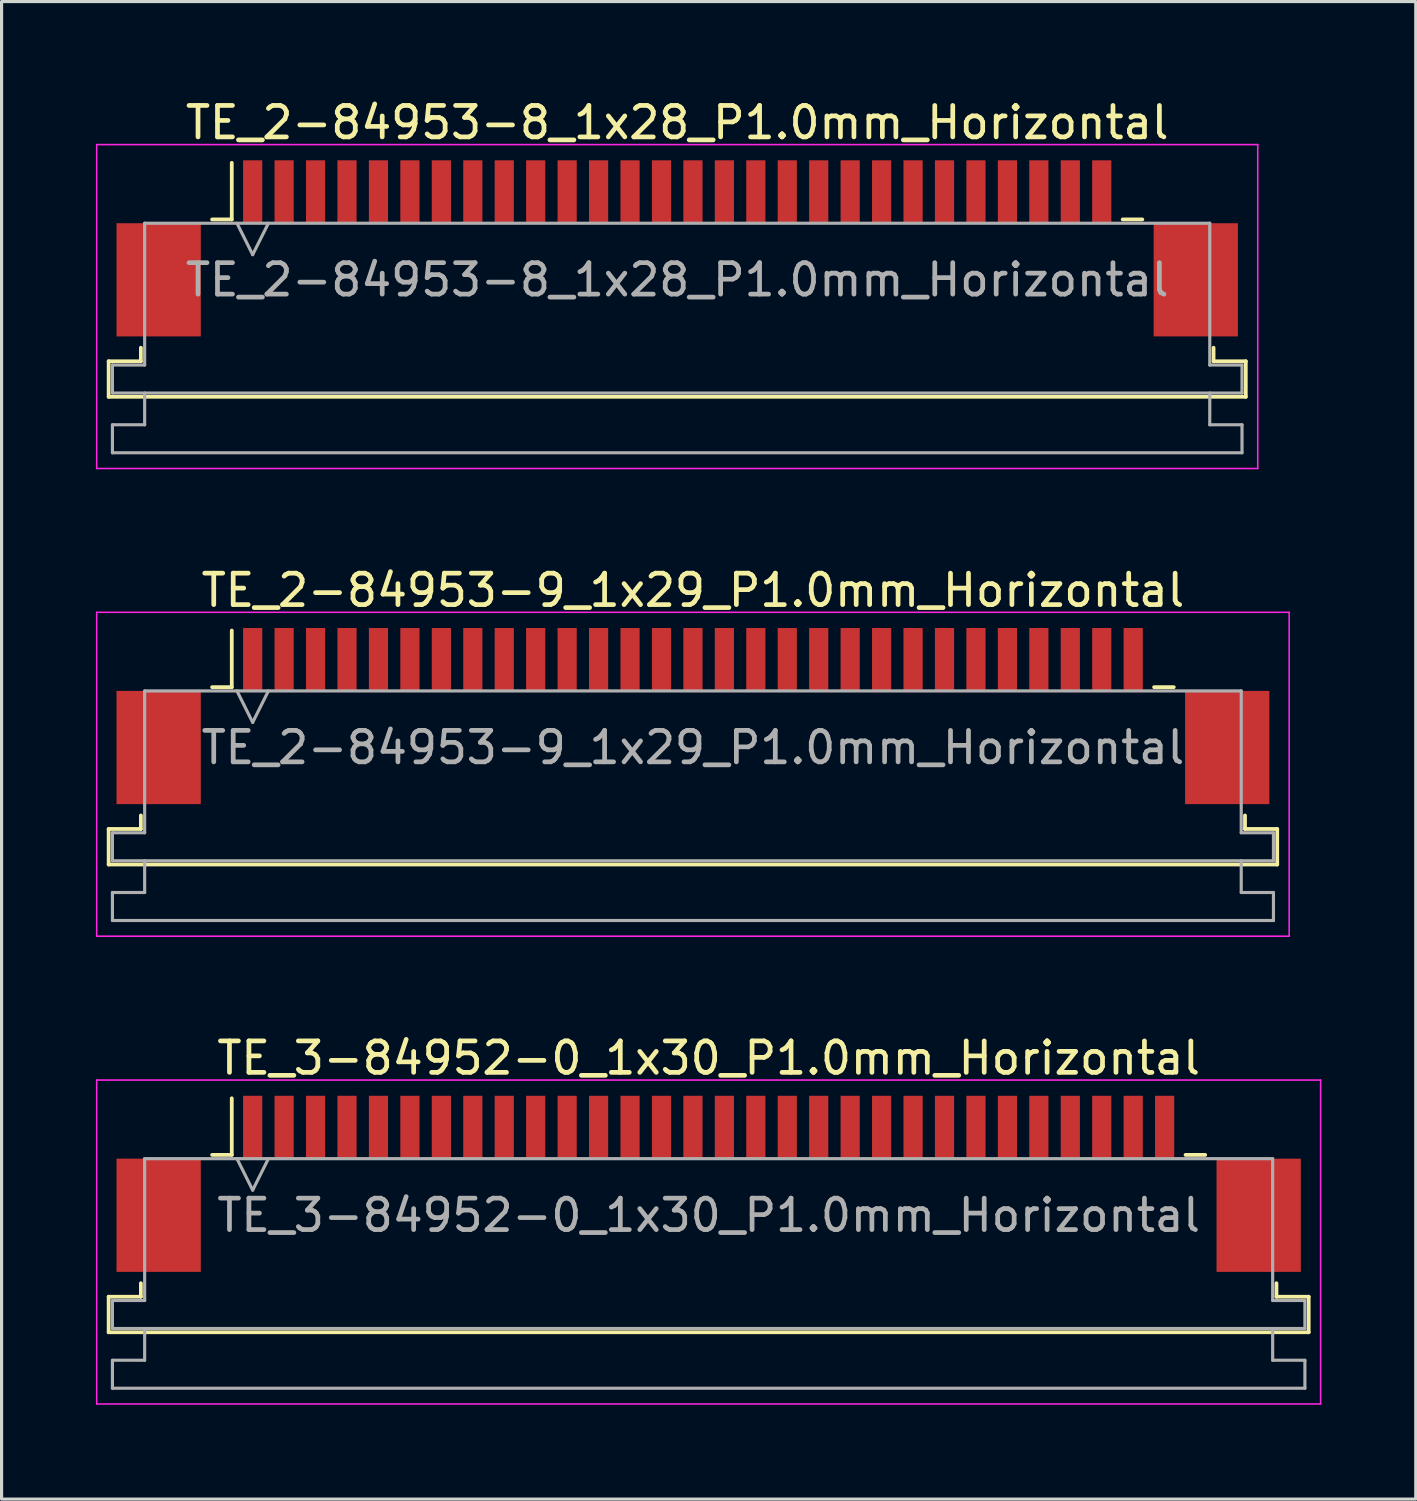
<source format=kicad_pcb>
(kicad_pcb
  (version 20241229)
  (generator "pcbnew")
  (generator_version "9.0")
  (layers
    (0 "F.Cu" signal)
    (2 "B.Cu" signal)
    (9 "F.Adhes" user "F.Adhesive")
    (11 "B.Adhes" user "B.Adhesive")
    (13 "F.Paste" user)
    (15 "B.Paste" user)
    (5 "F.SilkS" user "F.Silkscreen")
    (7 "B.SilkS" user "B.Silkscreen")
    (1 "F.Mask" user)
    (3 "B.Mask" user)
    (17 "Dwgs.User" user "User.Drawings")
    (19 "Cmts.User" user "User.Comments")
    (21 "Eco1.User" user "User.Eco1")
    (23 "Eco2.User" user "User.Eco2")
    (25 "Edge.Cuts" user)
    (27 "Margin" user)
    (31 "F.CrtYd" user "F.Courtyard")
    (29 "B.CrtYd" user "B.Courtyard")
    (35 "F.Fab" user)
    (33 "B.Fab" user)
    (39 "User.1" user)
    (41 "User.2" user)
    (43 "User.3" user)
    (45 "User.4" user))
  (footprint "TE_2-84953-8_1x28_P1.0mm_Horizontal"
    (layer "F.Cu")
    (at 18.485 4.848)
    (property "Reference" "TE_2-84953-8_1x28_P1.0mm_Horizontal" (at 0 -4 0) (layer "F.SilkS") (effects (font (size 1 1) (thickness 0.15))))
    (attr smd)
    (fp_line (start -18.08 3.59) (end -17.055 3.59) (stroke (width 0.12) (type solid)) (layer "F.SilkS"))
    (fp_line (start -18.08 4.72) (end -18.08 3.59) (stroke (width 0.12) (type solid)) (layer "F.SilkS"))
    (fp_line (start -17.055 3.59) (end -17.055 3.16) (stroke (width 0.12) (type solid)) (layer "F.SilkS"))
    (fp_line (start -14.79 -0.92) (end -14.165 -0.92) (stroke (width 0.12) (type solid)) (layer "F.SilkS"))
    (fp_line (start -14.165 -0.92) (end -14.165 -2.72) (stroke (width 0.12) (type solid)) (layer "F.SilkS"))
    (fp_line (start 14.165 -0.92) (end 14.79 -0.92) (stroke (width 0.12) (type solid)) (layer "F.SilkS"))
    (fp_line (start 17.055 3.16) (end 17.055 3.59) (stroke (width 0.12) (type solid)) (layer "F.SilkS"))
    (fp_line (start 17.055 3.59) (end 18.08 3.59) (stroke (width 0.12) (type solid)) (layer "F.SilkS"))
    (fp_line (start 18.08 3.59) (end 18.08 4.72) (stroke (width 0.12) (type solid)) (layer "F.SilkS"))
    (fp_line (start 18.08 4.72) (end -18.08 4.72) (stroke (width 0.12) (type solid)) (layer "F.SilkS"))
    (fp_line (start -18.46 -3.3) (end -18.46 7) (stroke (width 0.05) (type solid)) (layer "F.CrtYd"))
    (fp_line (start -18.46 7) (end 18.46 7) (stroke (width 0.05) (type solid)) (layer "F.CrtYd"))
    (fp_line (start 18.46 -3.3) (end -18.46 -3.3) (stroke (width 0.05) (type solid)) (layer "F.CrtYd"))
    (fp_line (start 18.46 7) (end 18.46 -3.3) (stroke (width 0.05) (type solid)) (layer "F.CrtYd"))
    (fp_line (start -17.96 3.71) (end -16.935 3.71) (stroke (width 0.1) (type solid)) (layer "F.Fab"))
    (fp_line (start -17.96 4.6) (end -17.96 3.71) (stroke (width 0.1) (type solid)) (layer "F.Fab"))
    (fp_line (start -17.96 5.61) (end -16.935 5.61) (stroke (width 0.1) (type solid)) (layer "F.Fab"))
    (fp_line (start -17.96 6.5) (end -17.96 5.61) (stroke (width 0.1) (type solid)) (layer "F.Fab"))
    (fp_line (start -16.935 -0.8) (end 16.935 -0.8) (stroke (width 0.1) (type solid)) (layer "F.Fab"))
    (fp_line (start -16.935 3.71) (end -16.935 -0.8) (stroke (width 0.1) (type solid)) (layer "F.Fab"))
    (fp_line (start -16.935 5.61) (end -16.935 4.6) (stroke (width 0.1) (type solid)) (layer "F.Fab"))
    (fp_line (start -14 -0.8) (end -13.5 0.2) (stroke (width 0.1) (type solid)) (layer "F.Fab"))
    (fp_line (start -13.5 0.2) (end -13 -0.8) (stroke (width 0.1) (type solid)) (layer "F.Fab"))
    (fp_line (start 16.935 -0.8) (end 16.935 3.71) (stroke (width 0.1) (type solid)) (layer "F.Fab"))
    (fp_line (start 16.935 3.71) (end 17.96 3.71) (stroke (width 0.1) (type solid)) (layer "F.Fab"))
    (fp_line (start 16.935 4.6) (end 16.935 5.61) (stroke (width 0.1) (type solid)) (layer "F.Fab"))
    (fp_line (start 16.935 5.61) (end 17.96 5.61) (stroke (width 0.1) (type solid)) (layer "F.Fab"))
    (fp_line (start 17.96 3.71) (end 17.96 4.6) (stroke (width 0.1) (type solid)) (layer "F.Fab"))
    (fp_line (start 17.96 4.6) (end -17.96 4.6) (stroke (width 0.1) (type solid)) (layer "F.Fab"))
    (fp_line (start 17.96 5.61) (end 17.96 6.5) (stroke (width 0.1) (type solid)) (layer "F.Fab"))
    (fp_line (start 17.96 6.5) (end -17.96 6.5) (stroke (width 0.1) (type solid)) (layer "F.Fab"))
    (fp_text user "${REFERENCE}" (at 0 1 0) (layer "F.Fab") (effects (font (size 1 1) (thickness 0.15))))
    (pad "" smd rect (at -16.49 1) (size 2.68 3.6) (layers "F.Cu" "F.Mask" "F.Paste"))
    (pad "" smd rect (at 16.49 1) (size 2.68 3.6) (layers "F.Cu" "F.Mask" "F.Paste"))
    (pad "1" smd rect (at -13.5 -1.8) (size 0.61 2) (layers "F.Cu" "F.Mask" "F.Paste"))
    (pad "2" smd rect (at -12.5 -1.8) (size 0.61 2) (layers "F.Cu" "F.Mask" "F.Paste"))
    (pad "3" smd rect (at -11.5 -1.8) (size 0.61 2) (layers "F.Cu" "F.Mask" "F.Paste"))
    (pad "4" smd rect (at -10.5 -1.8) (size 0.61 2) (layers "F.Cu" "F.Mask" "F.Paste"))
    (pad "5" smd rect (at -9.5 -1.8) (size 0.61 2) (layers "F.Cu" "F.Mask" "F.Paste"))
    (pad "6" smd rect (at -8.5 -1.8) (size 0.61 2) (layers "F.Cu" "F.Mask" "F.Paste"))
    (pad "7" smd rect (at -7.5 -1.8) (size 0.61 2) (layers "F.Cu" "F.Mask" "F.Paste"))
    (pad "8" smd rect (at -6.5 -1.8) (size 0.61 2) (layers "F.Cu" "F.Mask" "F.Paste"))
    (pad "9" smd rect (at -5.5 -1.8) (size 0.61 2) (layers "F.Cu" "F.Mask" "F.Paste"))
    (pad "10" smd rect (at -4.5 -1.8) (size 0.61 2) (layers "F.Cu" "F.Mask" "F.Paste"))
    (pad "11" smd rect (at -3.5 -1.8) (size 0.61 2) (layers "F.Cu" "F.Mask" "F.Paste"))
    (pad "12" smd rect (at -2.5 -1.8) (size 0.61 2) (layers "F.Cu" "F.Mask" "F.Paste"))
    (pad "13" smd rect (at -1.5 -1.8) (size 0.61 2) (layers "F.Cu" "F.Mask" "F.Paste"))
    (pad "14" smd rect (at -0.5 -1.8) (size 0.61 2) (layers "F.Cu" "F.Mask" "F.Paste"))
    (pad "15" smd rect (at 0.5 -1.8) (size 0.61 2) (layers "F.Cu" "F.Mask" "F.Paste"))
    (pad "16" smd rect (at 1.5 -1.8) (size 0.61 2) (layers "F.Cu" "F.Mask" "F.Paste"))
    (pad "17" smd rect (at 2.5 -1.8) (size 0.61 2) (layers "F.Cu" "F.Mask" "F.Paste"))
    (pad "18" smd rect (at 3.5 -1.8) (size 0.61 2) (layers "F.Cu" "F.Mask" "F.Paste"))
    (pad "19" smd rect (at 4.5 -1.8) (size 0.61 2) (layers "F.Cu" "F.Mask" "F.Paste"))
    (pad "20" smd rect (at 5.5 -1.8) (size 0.61 2) (layers "F.Cu" "F.Mask" "F.Paste"))
    (pad "21" smd rect (at 6.5 -1.8) (size 0.61 2) (layers "F.Cu" "F.Mask" "F.Paste"))
    (pad "22" smd rect (at 7.5 -1.8) (size 0.61 2) (layers "F.Cu" "F.Mask" "F.Paste"))
    (pad "23" smd rect (at 8.5 -1.8) (size 0.61 2) (layers "F.Cu" "F.Mask" "F.Paste"))
    (pad "24" smd rect (at 9.5 -1.8) (size 0.61 2) (layers "F.Cu" "F.Mask" "F.Paste"))
    (pad "25" smd rect (at 10.5 -1.8) (size 0.61 2) (layers "F.Cu" "F.Mask" "F.Paste"))
    (pad "26" smd rect (at 11.5 -1.8) (size 0.61 2) (layers "F.Cu" "F.Mask" "F.Paste"))
    (pad "27" smd rect (at 12.5 -1.8) (size 0.61 2) (layers "F.Cu" "F.Mask" "F.Paste"))
    (pad "28" smd rect (at 13.5 -1.8) (size 0.61 2) (layers "F.Cu" "F.Mask" "F.Paste")))
  (footprint "TE_2-84953-9_1x29_P1.0mm_Horizontal"
    (layer "F.Cu")
    (at 18.985 19.721)
    (property "Reference" "TE_2-84953-9_1x29_P1.0mm_Horizontal" (at 0 -4 0) (layer "F.SilkS") (effects (font (size 1 1) (thickness 0.15))))
    (attr smd)
    (fp_line (start -18.58 3.59) (end -17.555 3.59) (stroke (width 0.12) (type solid)) (layer "F.SilkS"))
    (fp_line (start -18.58 4.72) (end -18.58 3.59) (stroke (width 0.12) (type solid)) (layer "F.SilkS"))
    (fp_line (start -17.555 3.59) (end -17.555 3.16) (stroke (width 0.12) (type solid)) (layer "F.SilkS"))
    (fp_line (start -15.29 -0.92) (end -14.665 -0.92) (stroke (width 0.12) (type solid)) (layer "F.SilkS"))
    (fp_line (start -14.665 -0.92) (end -14.665 -2.72) (stroke (width 0.12) (type solid)) (layer "F.SilkS"))
    (fp_line (start 14.665 -0.92) (end 15.29 -0.92) (stroke (width 0.12) (type solid)) (layer "F.SilkS"))
    (fp_line (start 17.555 3.16) (end 17.555 3.59) (stroke (width 0.12) (type solid)) (layer "F.SilkS"))
    (fp_line (start 17.555 3.59) (end 18.58 3.59) (stroke (width 0.12) (type solid)) (layer "F.SilkS"))
    (fp_line (start 18.58 3.59) (end 18.58 4.72) (stroke (width 0.12) (type solid)) (layer "F.SilkS"))
    (fp_line (start 18.58 4.72) (end -18.58 4.72) (stroke (width 0.12) (type solid)) (layer "F.SilkS"))
    (fp_line (start -18.96 -3.3) (end -18.96 7) (stroke (width 0.05) (type solid)) (layer "F.CrtYd"))
    (fp_line (start -18.96 7) (end 18.96 7) (stroke (width 0.05) (type solid)) (layer "F.CrtYd"))
    (fp_line (start 18.96 -3.3) (end -18.96 -3.3) (stroke (width 0.05) (type solid)) (layer "F.CrtYd"))
    (fp_line (start 18.96 7) (end 18.96 -3.3) (stroke (width 0.05) (type solid)) (layer "F.CrtYd"))
    (fp_line (start -18.46 3.71) (end -17.435 3.71) (stroke (width 0.1) (type solid)) (layer "F.Fab"))
    (fp_line (start -18.46 4.6) (end -18.46 3.71) (stroke (width 0.1) (type solid)) (layer "F.Fab"))
    (fp_line (start -18.46 5.61) (end -17.435 5.61) (stroke (width 0.1) (type solid)) (layer "F.Fab"))
    (fp_line (start -18.46 6.5) (end -18.46 5.61) (stroke (width 0.1) (type solid)) (layer "F.Fab"))
    (fp_line (start -17.435 -0.8) (end 17.435 -0.8) (stroke (width 0.1) (type solid)) (layer "F.Fab"))
    (fp_line (start -17.435 3.71) (end -17.435 -0.8) (stroke (width 0.1) (type solid)) (layer "F.Fab"))
    (fp_line (start -17.435 5.61) (end -17.435 4.6) (stroke (width 0.1) (type solid)) (layer "F.Fab"))
    (fp_line (start -14.5 -0.8) (end -14 0.2) (stroke (width 0.1) (type solid)) (layer "F.Fab"))
    (fp_line (start -14 0.2) (end -13.5 -0.8) (stroke (width 0.1) (type solid)) (layer "F.Fab"))
    (fp_line (start 17.435 -0.8) (end 17.435 3.71) (stroke (width 0.1) (type solid)) (layer "F.Fab"))
    (fp_line (start 17.435 3.71) (end 18.46 3.71) (stroke (width 0.1) (type solid)) (layer "F.Fab"))
    (fp_line (start 17.435 4.6) (end 17.435 5.61) (stroke (width 0.1) (type solid)) (layer "F.Fab"))
    (fp_line (start 17.435 5.61) (end 18.46 5.61) (stroke (width 0.1) (type solid)) (layer "F.Fab"))
    (fp_line (start 18.46 3.71) (end 18.46 4.6) (stroke (width 0.1) (type solid)) (layer "F.Fab"))
    (fp_line (start 18.46 4.6) (end -18.46 4.6) (stroke (width 0.1) (type solid)) (layer "F.Fab"))
    (fp_line (start 18.46 5.61) (end 18.46 6.5) (stroke (width 0.1) (type solid)) (layer "F.Fab"))
    (fp_line (start 18.46 6.5) (end -18.46 6.5) (stroke (width 0.1) (type solid)) (layer "F.Fab"))
    (fp_text user "${REFERENCE}" (at 0 1 0) (layer "F.Fab") (effects (font (size 1 1) (thickness 0.15))))
    (pad "" smd rect (at -16.99 1) (size 2.68 3.6) (layers "F.Cu" "F.Mask" "F.Paste"))
    (pad "" smd rect (at 16.99 1) (size 2.68 3.6) (layers "F.Cu" "F.Mask" "F.Paste"))
    (pad "1" smd rect (at -14 -1.8) (size 0.61 2) (layers "F.Cu" "F.Mask" "F.Paste"))
    (pad "2" smd rect (at -13 -1.8) (size 0.61 2) (layers "F.Cu" "F.Mask" "F.Paste"))
    (pad "3" smd rect (at -12 -1.8) (size 0.61 2) (layers "F.Cu" "F.Mask" "F.Paste"))
    (pad "4" smd rect (at -11 -1.8) (size 0.61 2) (layers "F.Cu" "F.Mask" "F.Paste"))
    (pad "5" smd rect (at -10 -1.8) (size 0.61 2) (layers "F.Cu" "F.Mask" "F.Paste"))
    (pad "6" smd rect (at -9 -1.8) (size 0.61 2) (layers "F.Cu" "F.Mask" "F.Paste"))
    (pad "7" smd rect (at -8 -1.8) (size 0.61 2) (layers "F.Cu" "F.Mask" "F.Paste"))
    (pad "8" smd rect (at -7 -1.8) (size 0.61 2) (layers "F.Cu" "F.Mask" "F.Paste"))
    (pad "9" smd rect (at -6 -1.8) (size 0.61 2) (layers "F.Cu" "F.Mask" "F.Paste"))
    (pad "10" smd rect (at -5 -1.8) (size 0.61 2) (layers "F.Cu" "F.Mask" "F.Paste"))
    (pad "11" smd rect (at -4 -1.8) (size 0.61 2) (layers "F.Cu" "F.Mask" "F.Paste"))
    (pad "12" smd rect (at -3 -1.8) (size 0.61 2) (layers "F.Cu" "F.Mask" "F.Paste"))
    (pad "13" smd rect (at -2 -1.8) (size 0.61 2) (layers "F.Cu" "F.Mask" "F.Paste"))
    (pad "14" smd rect (at -1 -1.8) (size 0.61 2) (layers "F.Cu" "F.Mask" "F.Paste"))
    (pad "15" smd rect (at 0 -1.8) (size 0.61 2) (layers "F.Cu" "F.Mask" "F.Paste"))
    (pad "16" smd rect (at 1 -1.8) (size 0.61 2) (layers "F.Cu" "F.Mask" "F.Paste"))
    (pad "17" smd rect (at 2 -1.8) (size 0.61 2) (layers "F.Cu" "F.Mask" "F.Paste"))
    (pad "18" smd rect (at 3 -1.8) (size 0.61 2) (layers "F.Cu" "F.Mask" "F.Paste"))
    (pad "19" smd rect (at 4 -1.8) (size 0.61 2) (layers "F.Cu" "F.Mask" "F.Paste"))
    (pad "20" smd rect (at 5 -1.8) (size 0.61 2) (layers "F.Cu" "F.Mask" "F.Paste"))
    (pad "21" smd rect (at 6 -1.8) (size 0.61 2) (layers "F.Cu" "F.Mask" "F.Paste"))
    (pad "22" smd rect (at 7 -1.8) (size 0.61 2) (layers "F.Cu" "F.Mask" "F.Paste"))
    (pad "23" smd rect (at 8 -1.8) (size 0.61 2) (layers "F.Cu" "F.Mask" "F.Paste"))
    (pad "24" smd rect (at 9 -1.8) (size 0.61 2) (layers "F.Cu" "F.Mask" "F.Paste"))
    (pad "25" smd rect (at 10 -1.8) (size 0.61 2) (layers "F.Cu" "F.Mask" "F.Paste"))
    (pad "26" smd rect (at 11 -1.8) (size 0.61 2) (layers "F.Cu" "F.Mask" "F.Paste"))
    (pad "27" smd rect (at 12 -1.8) (size 0.61 2) (layers "F.Cu" "F.Mask" "F.Paste"))
    (pad "28" smd rect (at 13 -1.8) (size 0.61 2) (layers "F.Cu" "F.Mask" "F.Paste"))
    (pad "29" smd rect (at 14 -1.8) (size 0.61 2) (layers "F.Cu" "F.Mask" "F.Paste")))
  (footprint "TE_3-84952-0_1x30_P1.0mm_Horizontal"
    (layer "F.Cu")
    (at 19.485 34.595)
    (property "Reference" "TE_3-84952-0_1x30_P1.0mm_Horizontal" (at 0 -4 0) (layer "F.SilkS") (effects (font (size 1 1) (thickness 0.15))))
    (attr smd)
    (fp_line (start -19.08 3.59) (end -18.055 3.59) (stroke (width 0.12) (type solid)) (layer "F.SilkS"))
    (fp_line (start -19.08 4.72) (end -19.08 3.59) (stroke (width 0.12) (type solid)) (layer "F.SilkS"))
    (fp_line (start -18.055 3.59) (end -18.055 3.16) (stroke (width 0.12) (type solid)) (layer "F.SilkS"))
    (fp_line (start -15.79 -0.92) (end -15.165 -0.92) (stroke (width 0.12) (type solid)) (layer "F.SilkS"))
    (fp_line (start -15.165 -0.92) (end -15.165 -2.72) (stroke (width 0.12) (type solid)) (layer "F.SilkS"))
    (fp_line (start 15.165 -0.92) (end 15.79 -0.92) (stroke (width 0.12) (type solid)) (layer "F.SilkS"))
    (fp_line (start 18.055 3.16) (end 18.055 3.59) (stroke (width 0.12) (type solid)) (layer "F.SilkS"))
    (fp_line (start 18.055 3.59) (end 19.08 3.59) (stroke (width 0.12) (type solid)) (layer "F.SilkS"))
    (fp_line (start 19.08 3.59) (end 19.08 4.72) (stroke (width 0.12) (type solid)) (layer "F.SilkS"))
    (fp_line (start 19.08 4.72) (end -19.08 4.72) (stroke (width 0.12) (type solid)) (layer "F.SilkS"))
    (fp_line (start -19.46 -3.3) (end -19.46 7) (stroke (width 0.05) (type solid)) (layer "F.CrtYd"))
    (fp_line (start -19.46 7) (end 19.46 7) (stroke (width 0.05) (type solid)) (layer "F.CrtYd"))
    (fp_line (start 19.46 -3.3) (end -19.46 -3.3) (stroke (width 0.05) (type solid)) (layer "F.CrtYd"))
    (fp_line (start 19.46 7) (end 19.46 -3.3) (stroke (width 0.05) (type solid)) (layer "F.CrtYd"))
    (fp_line (start -18.96 3.71) (end -17.935 3.71) (stroke (width 0.1) (type solid)) (layer "F.Fab"))
    (fp_line (start -18.96 4.6) (end -18.96 3.71) (stroke (width 0.1) (type solid)) (layer "F.Fab"))
    (fp_line (start -18.96 5.61) (end -17.935 5.61) (stroke (width 0.1) (type solid)) (layer "F.Fab"))
    (fp_line (start -18.96 6.5) (end -18.96 5.61) (stroke (width 0.1) (type solid)) (layer "F.Fab"))
    (fp_line (start -17.935 -0.8) (end 17.935 -0.8) (stroke (width 0.1) (type solid)) (layer "F.Fab"))
    (fp_line (start -17.935 3.71) (end -17.935 -0.8) (stroke (width 0.1) (type solid)) (layer "F.Fab"))
    (fp_line (start -17.935 5.61) (end -17.935 4.6) (stroke (width 0.1) (type solid)) (layer "F.Fab"))
    (fp_line (start -15 -0.8) (end -14.5 0.2) (stroke (width 0.1) (type solid)) (layer "F.Fab"))
    (fp_line (start -14.5 0.2) (end -14 -0.8) (stroke (width 0.1) (type solid)) (layer "F.Fab"))
    (fp_line (start 17.935 -0.8) (end 17.935 3.71) (stroke (width 0.1) (type solid)) (layer "F.Fab"))
    (fp_line (start 17.935 3.71) (end 18.96 3.71) (stroke (width 0.1) (type solid)) (layer "F.Fab"))
    (fp_line (start 17.935 4.6) (end 17.935 5.61) (stroke (width 0.1) (type solid)) (layer "F.Fab"))
    (fp_line (start 17.935 5.61) (end 18.96 5.61) (stroke (width 0.1) (type solid)) (layer "F.Fab"))
    (fp_line (start 18.96 3.71) (end 18.96 4.6) (stroke (width 0.1) (type solid)) (layer "F.Fab"))
    (fp_line (start 18.96 4.6) (end -18.96 4.6) (stroke (width 0.1) (type solid)) (layer "F.Fab"))
    (fp_line (start 18.96 5.61) (end 18.96 6.5) (stroke (width 0.1) (type solid)) (layer "F.Fab"))
    (fp_line (start 18.96 6.5) (end -18.96 6.5) (stroke (width 0.1) (type solid)) (layer "F.Fab"))
    (fp_text user "${REFERENCE}" (at 0 1 0) (layer "F.Fab") (effects (font (size 1 1) (thickness 0.15))))
    (pad "" smd rect (at -17.49 1) (size 2.68 3.6) (layers "F.Cu" "F.Mask" "F.Paste"))
    (pad "" smd rect (at 17.49 1) (size 2.68 3.6) (layers "F.Cu" "F.Mask" "F.Paste"))
    (pad "1" smd rect (at -14.5 -1.8) (size 0.61 2) (layers "F.Cu" "F.Mask" "F.Paste"))
    (pad "2" smd rect (at -13.5 -1.8) (size 0.61 2) (layers "F.Cu" "F.Mask" "F.Paste"))
    (pad "3" smd rect (at -12.5 -1.8) (size 0.61 2) (layers "F.Cu" "F.Mask" "F.Paste"))
    (pad "4" smd rect (at -11.5 -1.8) (size 0.61 2) (layers "F.Cu" "F.Mask" "F.Paste"))
    (pad "5" smd rect (at -10.5 -1.8) (size 0.61 2) (layers "F.Cu" "F.Mask" "F.Paste"))
    (pad "6" smd rect (at -9.5 -1.8) (size 0.61 2) (layers "F.Cu" "F.Mask" "F.Paste"))
    (pad "7" smd rect (at -8.5 -1.8) (size 0.61 2) (layers "F.Cu" "F.Mask" "F.Paste"))
    (pad "8" smd rect (at -7.5 -1.8) (size 0.61 2) (layers "F.Cu" "F.Mask" "F.Paste"))
    (pad "9" smd rect (at -6.5 -1.8) (size 0.61 2) (layers "F.Cu" "F.Mask" "F.Paste"))
    (pad "10" smd rect (at -5.5 -1.8) (size 0.61 2) (layers "F.Cu" "F.Mask" "F.Paste"))
    (pad "11" smd rect (at -4.5 -1.8) (size 0.61 2) (layers "F.Cu" "F.Mask" "F.Paste"))
    (pad "12" smd rect (at -3.5 -1.8) (size 0.61 2) (layers "F.Cu" "F.Mask" "F.Paste"))
    (pad "13" smd rect (at -2.5 -1.8) (size 0.61 2) (layers "F.Cu" "F.Mask" "F.Paste"))
    (pad "14" smd rect (at -1.5 -1.8) (size 0.61 2) (layers "F.Cu" "F.Mask" "F.Paste"))
    (pad "15" smd rect (at -0.5 -1.8) (size 0.61 2) (layers "F.Cu" "F.Mask" "F.Paste"))
    (pad "16" smd rect (at 0.5 -1.8) (size 0.61 2) (layers "F.Cu" "F.Mask" "F.Paste"))
    (pad "17" smd rect (at 1.5 -1.8) (size 0.61 2) (layers "F.Cu" "F.Mask" "F.Paste"))
    (pad "18" smd rect (at 2.5 -1.8) (size 0.61 2) (layers "F.Cu" "F.Mask" "F.Paste"))
    (pad "19" smd rect (at 3.5 -1.8) (size 0.61 2) (layers "F.Cu" "F.Mask" "F.Paste"))
    (pad "20" smd rect (at 4.5 -1.8) (size 0.61 2) (layers "F.Cu" "F.Mask" "F.Paste"))
    (pad "21" smd rect (at 5.5 -1.8) (size 0.61 2) (layers "F.Cu" "F.Mask" "F.Paste"))
    (pad "22" smd rect (at 6.5 -1.8) (size 0.61 2) (layers "F.Cu" "F.Mask" "F.Paste"))
    (pad "23" smd rect (at 7.5 -1.8) (size 0.61 2) (layers "F.Cu" "F.Mask" "F.Paste"))
    (pad "24" smd rect (at 8.5 -1.8) (size 0.61 2) (layers "F.Cu" "F.Mask" "F.Paste"))
    (pad "25" smd rect (at 9.5 -1.8) (size 0.61 2) (layers "F.Cu" "F.Mask" "F.Paste"))
    (pad "26" smd rect (at 10.5 -1.8) (size 0.61 2) (layers "F.Cu" "F.Mask" "F.Paste"))
    (pad "27" smd rect (at 11.5 -1.8) (size 0.61 2) (layers "F.Cu" "F.Mask" "F.Paste"))
    (pad "28" smd rect (at 12.5 -1.8) (size 0.61 2) (layers "F.Cu" "F.Mask" "F.Paste"))
    (pad "29" smd rect (at 13.5 -1.8) (size 0.61 2) (layers "F.Cu" "F.Mask" "F.Paste"))
    (pad "30" smd rect (at 14.5 -1.8) (size 0.61 2) (layers "F.Cu" "F.Mask" "F.Paste")))
  (gr_rect
    (start -3 -3)
    (end 41.97 44.62)
    (stroke (width 0.1) (type default))
    (fill no)
    (layer "Edge.Cuts")))
</source>
